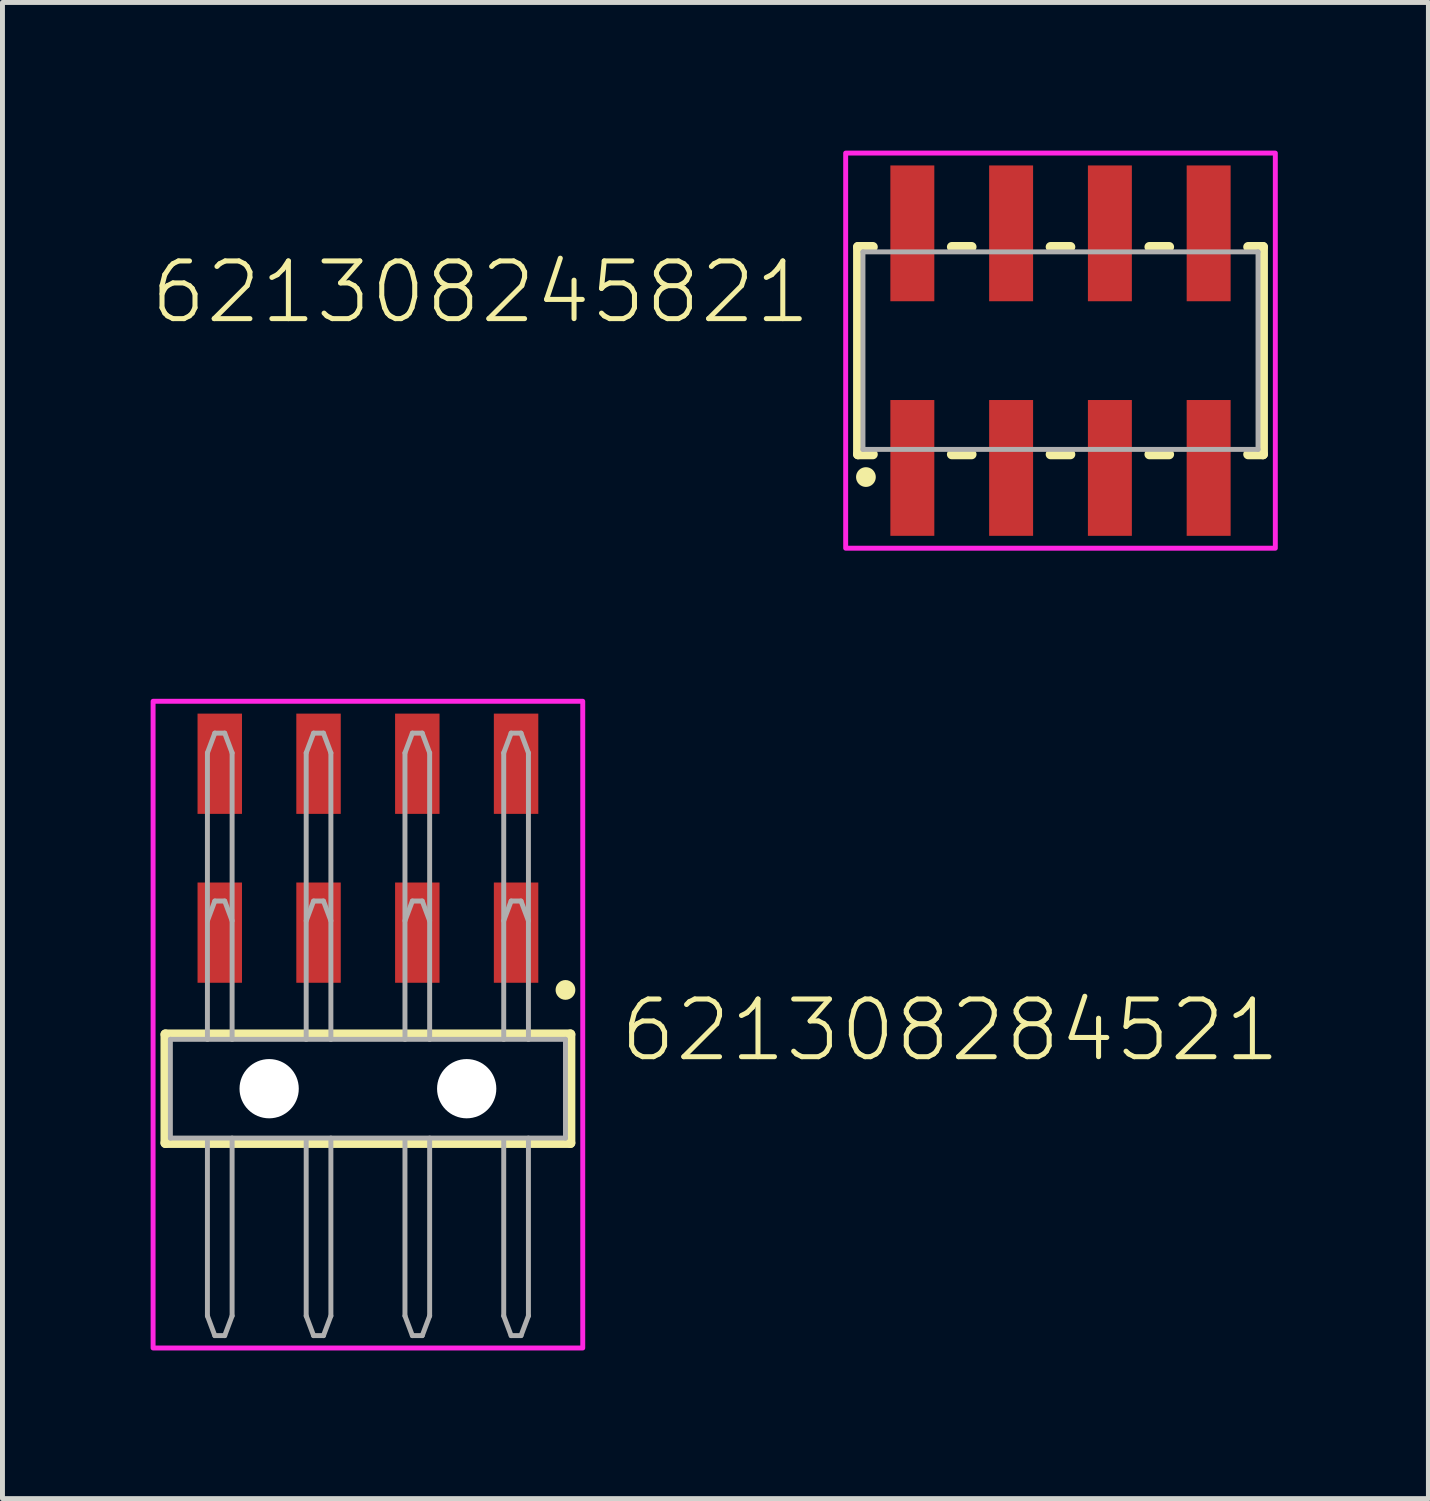
<source format=kicad_pcb>
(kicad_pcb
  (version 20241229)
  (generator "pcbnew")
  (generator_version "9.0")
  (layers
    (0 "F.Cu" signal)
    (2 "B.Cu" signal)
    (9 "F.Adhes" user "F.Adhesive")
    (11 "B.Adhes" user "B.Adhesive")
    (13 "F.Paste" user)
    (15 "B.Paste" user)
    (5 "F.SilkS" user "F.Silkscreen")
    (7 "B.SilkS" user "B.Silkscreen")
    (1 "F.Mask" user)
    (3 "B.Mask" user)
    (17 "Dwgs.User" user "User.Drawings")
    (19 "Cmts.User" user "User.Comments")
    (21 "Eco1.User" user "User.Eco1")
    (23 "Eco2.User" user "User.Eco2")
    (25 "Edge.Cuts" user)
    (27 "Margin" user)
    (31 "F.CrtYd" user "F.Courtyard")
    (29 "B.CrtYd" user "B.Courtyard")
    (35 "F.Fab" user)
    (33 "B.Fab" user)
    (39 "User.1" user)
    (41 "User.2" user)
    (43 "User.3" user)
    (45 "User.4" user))
  (footprint "621308245821"
    (layer "F.Cu")
    (at 18.424 4.05)
    (property "Reference" "621308245821" (at -5 -0.5 0) (unlocked yes) (layer "F.SilkS") (effects (font (size 1.168 1.168) (thickness 0.102)) (justify right bottom)))
    (fp_line (start -4.1 -2.1) (end -4.1 2.1) (stroke (width 0.2) (type solid)) (layer "F.SilkS"))
    (fp_line (start -4.1 2.1) (end -3.8 2.1) (stroke (width 0.2) (type solid)) (layer "F.SilkS"))
    (fp_line (start -3.8 -2.1) (end -4.1 -2.1) (stroke (width 0.2) (type solid)) (layer "F.SilkS"))
    (fp_line (start -2.2 -2.1) (end -1.8 -2.1) (stroke (width 0.2) (type solid)) (layer "F.SilkS"))
    (fp_line (start -1.8 2.1) (end -2.2 2.1) (stroke (width 0.2) (type solid)) (layer "F.SilkS"))
    (fp_line (start -0.2 -2.1) (end 0.2 -2.1) (stroke (width 0.2) (type solid)) (layer "F.SilkS"))
    (fp_line (start 0.2 2.1) (end -0.2 2.1) (stroke (width 0.2) (type solid)) (layer "F.SilkS"))
    (fp_line (start 1.8 -2.1) (end 2.2 -2.1) (stroke (width 0.2) (type solid)) (layer "F.SilkS"))
    (fp_line (start 2.2 2.1) (end 1.8 2.1) (stroke (width 0.2) (type solid)) (layer "F.SilkS"))
    (fp_line (start 3.8 -2.1) (end 4.1 -2.1) (stroke (width 0.2) (type solid)) (layer "F.SilkS"))
    (fp_line (start 4.1 -2.1) (end 4.1 2.1) (stroke (width 0.2) (type solid)) (layer "F.SilkS"))
    (fp_line (start 4.1 2.1) (end 3.8 2.1) (stroke (width 0.2) (type solid)) (layer "F.SilkS"))
    (fp_circle (center -3.94 2.56) (end -3.84 2.56) (stroke (width 0.2) (type solid)) (fill no) (layer "F.SilkS"))
    (fp_poly (pts (xy 4.35 4) (xy -4.35 4) (xy -4.35 -4) (xy 4.35 -4)) (stroke (width 0.1) (type default)) (fill no) (layer "F.CrtYd"))
    (fp_line (start -4 -2) (end 4 -2) (stroke (width 0.1) (type solid)) (layer "F.Fab"))
    (fp_line (start -4 2) (end -4 -2) (stroke (width 0.1) (type solid)) (layer "F.Fab"))
    (fp_line (start 4 -2) (end 4 2) (stroke (width 0.1) (type solid)) (layer "F.Fab"))
    (fp_line (start 4 2) (end -4 2) (stroke (width 0.1) (type solid)) (layer "F.Fab"))
    (pad "1" smd rect (at -3 2.375) (size 0.89 2.75) (layers "F.Cu" "F.Mask" "F.Paste"))
    (pad "2" smd rect (at -3 -2.375) (size 0.89 2.75) (layers "F.Cu" "F.Mask" "F.Paste"))
    (pad "3" smd rect (at -1 2.375) (size 0.89 2.75) (layers "F.Cu" "F.Mask" "F.Paste"))
    (pad "4" smd rect (at -1 -2.375) (size 0.89 2.75) (layers "F.Cu" "F.Mask" "F.Paste"))
    (pad "5" smd rect (at 1 2.375) (size 0.89 2.75) (layers "F.Cu" "F.Mask" "F.Paste"))
    (pad "6" smd rect (at 1 -2.375) (size 0.89 2.75) (layers "F.Cu" "F.Mask" "F.Paste"))
    (pad "7" smd rect (at 3 2.375) (size 0.89 2.75) (layers "F.Cu" "F.Mask" "F.Paste"))
    (pad "8" smd rect (at 3 -2.375) (size 0.89 2.75) (layers "F.Cu" "F.Mask" "F.Paste")))
  (footprint "621308284521"
    (layer "F.Cu")
    (at 4.4 18.995)
    (property "Reference" "621308284521" (at 5.05 -0.5 0) (unlocked yes) (layer "F.SilkS") (effects (font (size 1.168 1.168) (thickness 0.102)) (justify left bottom)))
    (fp_line (start -4.1 -1.1) (end 4.1 -1.1) (stroke (width 0.2) (type solid)) (layer "F.SilkS"))
    (fp_line (start -4.1 1.1) (end -4.1 -1.1) (stroke (width 0.2) (type solid)) (layer "F.SilkS"))
    (fp_line (start 4.1 -1.1) (end 4.1 1.1) (stroke (width 0.2) (type solid)) (layer "F.SilkS"))
    (fp_line (start 4.1 1.1) (end -4.1 1.1) (stroke (width 0.2) (type solid)) (layer "F.SilkS"))
    (fp_circle (center 4 -2) (end 4.1 -2) (stroke (width 0.2) (type solid)) (fill no) (layer "F.SilkS"))
    (fp_poly (pts (xy 4.35 5.25) (xy -4.35 5.25) (xy -4.35 -7.845) (xy 4.35 -7.845)) (stroke (width 0.1) (type default)) (fill no) (layer "F.CrtYd"))
    (fp_line (start -4 -1) (end -3.25 -1) (stroke (width 0.1) (type solid)) (layer "F.Fab"))
    (fp_line (start -4 1) (end -4 -1) (stroke (width 0.1) (type solid)) (layer "F.Fab"))
    (fp_line (start -3.25 -6.8) (end -3.1 -7.2) (stroke (width 0.1) (type solid)) (layer "F.Fab"))
    (fp_line (start -3.25 -3.4) (end -3.1 -3.8) (stroke (width 0.1) (type solid)) (layer "F.Fab"))
    (fp_line (start -3.25 -1) (end -3.25 -6.8) (stroke (width 0.1) (type solid)) (layer "F.Fab"))
    (fp_line (start -3.25 -1) (end -2.75 -1) (stroke (width 0.1) (type solid)) (layer "F.Fab"))
    (fp_line (start -3.25 1.02) (end -3.25 4.6) (stroke (width 0.1) (type solid)) (layer "F.Fab"))
    (fp_line (start -3.25 4.6) (end -3.1 5) (stroke (width 0.1) (type solid)) (layer "F.Fab"))
    (fp_line (start -3.1 -7.2) (end -2.9 -7.2) (stroke (width 0.1) (type solid)) (layer "F.Fab"))
    (fp_line (start -3.1 -3.8) (end -2.9 -3.8) (stroke (width 0.1) (type solid)) (layer "F.Fab"))
    (fp_line (start -2.9 5) (end -3.1 5) (stroke (width 0.1) (type solid)) (layer "F.Fab"))
    (fp_line (start -2.75 -6.8) (end -2.9 -7.2) (stroke (width 0.1) (type solid)) (layer "F.Fab"))
    (fp_line (start -2.75 -6.8) (end -2.75 -1) (stroke (width 0.1) (type solid)) (layer "F.Fab"))
    (fp_line (start -2.75 -3.4) (end -2.9 -3.8) (stroke (width 0.1) (type solid)) (layer "F.Fab"))
    (fp_line (start -2.75 -1) (end -1.25 -1) (stroke (width 0.1) (type solid)) (layer "F.Fab"))
    (fp_line (start -2.75 4.6) (end -2.9 5) (stroke (width 0.1) (type solid)) (layer "F.Fab"))
    (fp_line (start -2.75 4.6) (end -2.75 1) (stroke (width 0.1) (type solid)) (layer "F.Fab"))
    (fp_line (start -1.25 -6.8) (end -1.1 -7.2) (stroke (width 0.1) (type solid)) (layer "F.Fab"))
    (fp_line (start -1.25 -3.4) (end -1.1 -3.8) (stroke (width 0.1) (type solid)) (layer "F.Fab"))
    (fp_line (start -1.25 -1) (end -1.25 -6.8) (stroke (width 0.1) (type solid)) (layer "F.Fab"))
    (fp_line (start -1.25 -1) (end -0.75 -1) (stroke (width 0.1) (type solid)) (layer "F.Fab"))
    (fp_line (start -1.25 1.02) (end -1.25 4.6) (stroke (width 0.1) (type solid)) (layer "F.Fab"))
    (fp_line (start -1.25 4.6) (end -1.1 5) (stroke (width 0.1) (type solid)) (layer "F.Fab"))
    (fp_line (start -1.1 -7.2) (end -0.9 -7.2) (stroke (width 0.1) (type solid)) (layer "F.Fab"))
    (fp_line (start -1.1 -3.8) (end -0.9 -3.8) (stroke (width 0.1) (type solid)) (layer "F.Fab"))
    (fp_line (start -0.9 5) (end -1.1 5) (stroke (width 0.1) (type solid)) (layer "F.Fab"))
    (fp_line (start -0.75 -6.8) (end -0.9 -7.2) (stroke (width 0.1) (type solid)) (layer "F.Fab"))
    (fp_line (start -0.75 -6.8) (end -0.75 -1) (stroke (width 0.1) (type solid)) (layer "F.Fab"))
    (fp_line (start -0.75 -3.4) (end -0.9 -3.8) (stroke (width 0.1) (type solid)) (layer "F.Fab"))
    (fp_line (start -0.75 -1) (end 0.75 -1) (stroke (width 0.1) (type solid)) (layer "F.Fab"))
    (fp_line (start -0.75 4.6) (end -0.9 5) (stroke (width 0.1) (type solid)) (layer "F.Fab"))
    (fp_line (start -0.75 4.6) (end -0.75 1) (stroke (width 0.1) (type solid)) (layer "F.Fab"))
    (fp_line (start 0.75 -6.8) (end 0.9 -7.2) (stroke (width 0.1) (type solid)) (layer "F.Fab"))
    (fp_line (start 0.75 -3.4) (end 0.9 -3.8) (stroke (width 0.1) (type solid)) (layer "F.Fab"))
    (fp_line (start 0.75 -1) (end 0.75 -6.8) (stroke (width 0.1) (type solid)) (layer "F.Fab"))
    (fp_line (start 0.75 -1) (end 1.25 -1) (stroke (width 0.1) (type solid)) (layer "F.Fab"))
    (fp_line (start 0.75 1.02) (end 0.75 4.6) (stroke (width 0.1) (type solid)) (layer "F.Fab"))
    (fp_line (start 0.75 4.6) (end 0.9 5) (stroke (width 0.1) (type solid)) (layer "F.Fab"))
    (fp_line (start 0.9 -7.2) (end 1.1 -7.2) (stroke (width 0.1) (type solid)) (layer "F.Fab"))
    (fp_line (start 0.9 -3.8) (end 1.1 -3.8) (stroke (width 0.1) (type solid)) (layer "F.Fab"))
    (fp_line (start 1.1 5) (end 0.9 5) (stroke (width 0.1) (type solid)) (layer "F.Fab"))
    (fp_line (start 1.25 -6.8) (end 1.1 -7.2) (stroke (width 0.1) (type solid)) (layer "F.Fab"))
    (fp_line (start 1.25 -6.8) (end 1.25 -1) (stroke (width 0.1) (type solid)) (layer "F.Fab"))
    (fp_line (start 1.25 -3.4) (end 1.1 -3.8) (stroke (width 0.1) (type solid)) (layer "F.Fab"))
    (fp_line (start 1.25 -1) (end 2.75 -1) (stroke (width 0.1) (type solid)) (layer "F.Fab"))
    (fp_line (start 1.25 4.6) (end 1.1 5) (stroke (width 0.1) (type solid)) (layer "F.Fab"))
    (fp_line (start 1.25 4.6) (end 1.25 1) (stroke (width 0.1) (type solid)) (layer "F.Fab"))
    (fp_line (start 2.75 -6.8) (end 2.9 -7.2) (stroke (width 0.1) (type solid)) (layer "F.Fab"))
    (fp_line (start 2.75 -3.4) (end 2.9 -3.8) (stroke (width 0.1) (type solid)) (layer "F.Fab"))
    (fp_line (start 2.75 -1) (end 2.75 -6.8) (stroke (width 0.1) (type solid)) (layer "F.Fab"))
    (fp_line (start 2.75 -1) (end 3.25 -1) (stroke (width 0.1) (type solid)) (layer "F.Fab"))
    (fp_line (start 2.75 1.02) (end 2.75 4.6) (stroke (width 0.1) (type solid)) (layer "F.Fab"))
    (fp_line (start 2.75 4.6) (end 2.9 5) (stroke (width 0.1) (type solid)) (layer "F.Fab"))
    (fp_line (start 2.9 -7.2) (end 3.1 -7.2) (stroke (width 0.1) (type solid)) (layer "F.Fab"))
    (fp_line (start 2.9 -3.8) (end 3.1 -3.8) (stroke (width 0.1) (type solid)) (layer "F.Fab"))
    (fp_line (start 3.1 5) (end 2.9 5) (stroke (width 0.1) (type solid)) (layer "F.Fab"))
    (fp_line (start 3.25 -6.8) (end 3.1 -7.2) (stroke (width 0.1) (type solid)) (layer "F.Fab"))
    (fp_line (start 3.25 -6.8) (end 3.25 -1) (stroke (width 0.1) (type solid)) (layer "F.Fab"))
    (fp_line (start 3.25 -3.4) (end 3.1 -3.8) (stroke (width 0.1) (type solid)) (layer "F.Fab"))
    (fp_line (start 3.25 -1) (end 4 -1) (stroke (width 0.1) (type solid)) (layer "F.Fab"))
    (fp_line (start 3.25 4.6) (end 3.1 5) (stroke (width 0.1) (type solid)) (layer "F.Fab"))
    (fp_line (start 3.25 4.6) (end 3.25 1) (stroke (width 0.1) (type solid)) (layer "F.Fab"))
    (fp_line (start 4 -1) (end 4 1) (stroke (width 0.1) (type solid)) (layer "F.Fab"))
    (fp_line (start 4 1) (end -4 1) (stroke (width 0.1) (type solid)) (layer "F.Fab"))
    (pad "" np_thru_hole circle (at -2 0) (size 1.2 1.2) (drill 1.2) (layers "*.Cu" "*.Mask"))
    (pad "" np_thru_hole circle (at 2 0) (size 1.2 1.2) (drill 1.2) (layers "*.Cu" "*.Mask"))
    (pad "1" smd rect (at 3 -3.16) (size 0.9 2.03) (layers "F.Cu" "F.Mask" "F.Paste"))
    (pad "2" smd rect (at 3 -6.58) (size 0.9 2.03) (layers "F.Cu" "F.Mask" "F.Paste"))
    (pad "3" smd rect (at 1 -3.16) (size 0.9 2.03) (layers "F.Cu" "F.Mask" "F.Paste"))
    (pad "4" smd rect (at 1 -6.58) (size 0.9 2.03) (layers "F.Cu" "F.Mask" "F.Paste"))
    (pad "5" smd rect (at -1 -3.16) (size 0.9 2.03) (layers "F.Cu" "F.Mask" "F.Paste"))
    (pad "6" smd rect (at -1 -6.58) (size 0.9 2.03) (layers "F.Cu" "F.Mask" "F.Paste"))
    (pad "7" smd rect (at -3 -3.16) (size 0.9 2.03) (layers "F.Cu" "F.Mask" "F.Paste"))
    (pad "8" smd rect (at -3 -6.58) (size 0.9 2.03) (layers "F.Cu" "F.Mask" "F.Paste")))
  (gr_rect
    (start -3 -3)
    (end 25.874 27.295)
    (stroke (width 0.1) (type default))
    (fill no)
    (layer "Edge.Cuts")))
</source>
